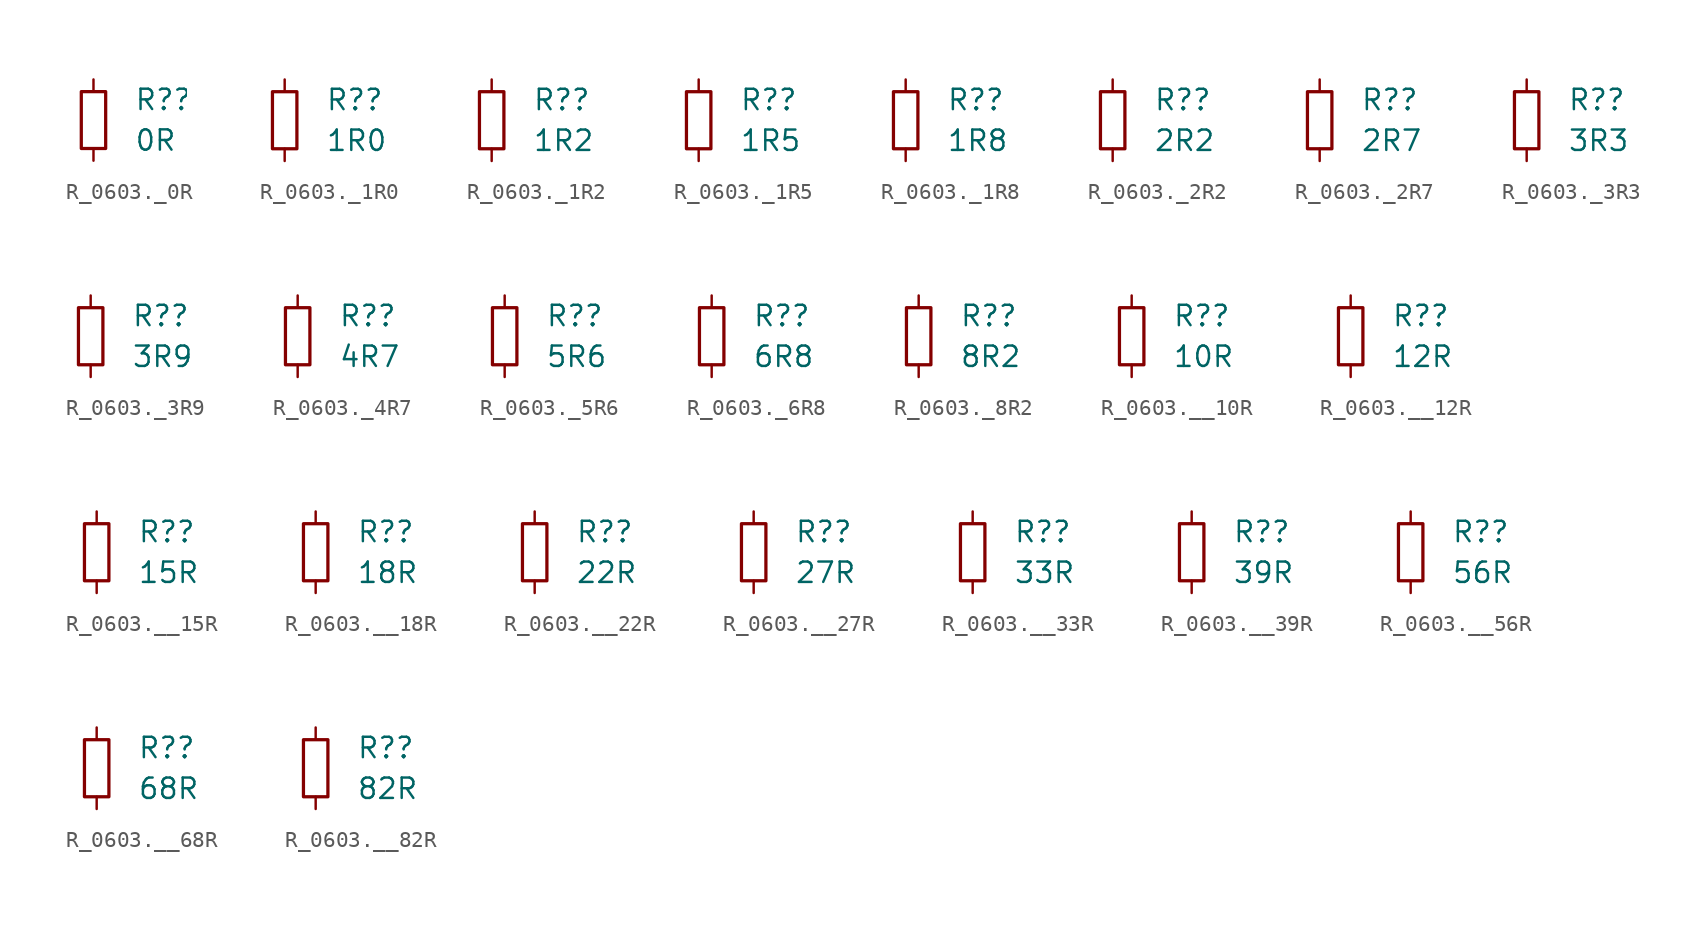
<source format=kicad_sym>
(kicad_symbol_lib
  (version 20231120)
  (generator "kicad_symbol_editor")
  (generator_version "8.0")
  (symbol "R_0603._0R"
    (pin_numbers hide)
    (pin_names
      (offset 0.254) hide)
    (property "Reference" "R?"
      (at 2.54 1.27 0)
      (effects (font (size 1.27 1.27)) (justify left)))
    (property "Value" "0R"
      (at 2.54 -1.27 0)
      (effects (font (size 1.27 1.27)) (justify left)))
    (symbol "R_0603._0R_0_1"
      (rectangle (start -0.762 1.778) (end 0.762 -1.778) (stroke (width 0.203) (type default)) (fill (type none))))
    (symbol "R_0603._0R_1_1"
      (pin passive line (at 0 2.54 270) (length 0.762) (name "~" (effects (font (size 1.27 1.27)))) (number "1" (effects (font (size 1.27 1.27)))))
      (pin passive line (at 0 -2.54 90) (length 0.762) (name "~" (effects (font (size 1.27 1.27)))) (number "2" (effects (font (size 1.27 1.27)))))))
  (symbol "R_0603._1R0"
    (pin_numbers hide)
    (pin_names
      (offset 0.254) hide)
    (property "Reference" "R?"
      (at 2.54 1.27 0)
      (effects (font (size 1.27 1.27)) (justify left)))
    (property "Value" "1R0"
      (at 2.54 -1.27 0)
      (effects (font (size 1.27 1.27)) (justify left)))
    (symbol "R_0603._1R0_0_1"
      (rectangle (start -0.762 1.778) (end 0.762 -1.778) (stroke (width 0.203) (type default)) (fill (type none))))
    (symbol "R_0603._1R0_1_1"
      (pin passive line (at 0 2.54 270) (length 0.762) (name "~" (effects (font (size 1.27 1.27)))) (number "1" (effects (font (size 1.27 1.27)))))
      (pin passive line (at 0 -2.54 90) (length 0.762) (name "~" (effects (font (size 1.27 1.27)))) (number "2" (effects (font (size 1.27 1.27)))))))
  (symbol "R_0603._1R2"
    (pin_numbers hide)
    (pin_names
      (offset 0.254) hide)
    (property "Reference" "R?"
      (at 2.54 1.27 0)
      (effects (font (size 1.27 1.27)) (justify left)))
    (property "Value" "1R2"
      (at 2.54 -1.27 0)
      (effects (font (size 1.27 1.27)) (justify left)))
    (symbol "R_0603._1R2_0_1"
      (rectangle (start -0.762 1.778) (end 0.762 -1.778) (stroke (width 0.203) (type default)) (fill (type none))))
    (symbol "R_0603._1R2_1_1"
      (pin passive line (at 0 2.54 270) (length 0.762) (name "~" (effects (font (size 1.27 1.27)))) (number "1" (effects (font (size 1.27 1.27)))))
      (pin passive line (at 0 -2.54 90) (length 0.762) (name "~" (effects (font (size 1.27 1.27)))) (number "2" (effects (font (size 1.27 1.27)))))))
  (symbol "R_0603._1R5"
    (pin_numbers hide)
    (pin_names
      (offset 0.254) hide)
    (property "Reference" "R?"
      (at 2.54 1.27 0)
      (effects (font (size 1.27 1.27)) (justify left)))
    (property "Value" "1R5"
      (at 2.54 -1.27 0)
      (effects (font (size 1.27 1.27)) (justify left)))
    (symbol "R_0603._1R5_0_1"
      (rectangle (start -0.762 1.778) (end 0.762 -1.778) (stroke (width 0.203) (type default)) (fill (type none))))
    (symbol "R_0603._1R5_1_1"
      (pin passive line (at 0 2.54 270) (length 0.762) (name "~" (effects (font (size 1.27 1.27)))) (number "1" (effects (font (size 1.27 1.27)))))
      (pin passive line (at 0 -2.54 90) (length 0.762) (name "~" (effects (font (size 1.27 1.27)))) (number "2" (effects (font (size 1.27 1.27)))))))
  (symbol "R_0603._1R8"
    (pin_numbers hide)
    (pin_names
      (offset 0.254) hide)
    (property "Reference" "R?"
      (at 2.54 1.27 0)
      (effects (font (size 1.27 1.27)) (justify left)))
    (property "Value" "1R8"
      (at 2.54 -1.27 0)
      (effects (font (size 1.27 1.27)) (justify left)))
    (symbol "R_0603._1R8_0_1"
      (rectangle (start -0.762 1.778) (end 0.762 -1.778) (stroke (width 0.203) (type default)) (fill (type none))))
    (symbol "R_0603._1R8_1_1"
      (pin passive line (at 0 2.54 270) (length 0.762) (name "~" (effects (font (size 1.27 1.27)))) (number "1" (effects (font (size 1.27 1.27)))))
      (pin passive line (at 0 -2.54 90) (length 0.762) (name "~" (effects (font (size 1.27 1.27)))) (number "2" (effects (font (size 1.27 1.27)))))))
  (symbol "R_0603._2R2"
    (pin_numbers hide)
    (pin_names
      (offset 0.254) hide)
    (property "Reference" "R?"
      (at 2.54 1.27 0)
      (effects (font (size 1.27 1.27)) (justify left)))
    (property "Value" "2R2"
      (at 2.54 -1.27 0)
      (effects (font (size 1.27 1.27)) (justify left)))
    (symbol "R_0603._2R2_0_1"
      (rectangle (start -0.762 1.778) (end 0.762 -1.778) (stroke (width 0.203) (type default)) (fill (type none))))
    (symbol "R_0603._2R2_1_1"
      (pin passive line (at 0 2.54 270) (length 0.762) (name "~" (effects (font (size 1.27 1.27)))) (number "1" (effects (font (size 1.27 1.27)))))
      (pin passive line (at 0 -2.54 90) (length 0.762) (name "~" (effects (font (size 1.27 1.27)))) (number "2" (effects (font (size 1.27 1.27)))))))
  (symbol "R_0603._2R7"
    (pin_numbers hide)
    (pin_names
      (offset 0.254) hide)
    (property "Reference" "R?"
      (at 2.54 1.27 0)
      (effects (font (size 1.27 1.27)) (justify left)))
    (property "Value" "2R7"
      (at 2.54 -1.27 0)
      (effects (font (size 1.27 1.27)) (justify left)))
    (symbol "R_0603._2R7_0_1"
      (rectangle (start -0.762 1.778) (end 0.762 -1.778) (stroke (width 0.203) (type default)) (fill (type none))))
    (symbol "R_0603._2R7_1_1"
      (pin passive line (at 0 2.54 270) (length 0.762) (name "~" (effects (font (size 1.27 1.27)))) (number "1" (effects (font (size 1.27 1.27)))))
      (pin passive line (at 0 -2.54 90) (length 0.762) (name "~" (effects (font (size 1.27 1.27)))) (number "2" (effects (font (size 1.27 1.27)))))))
  (symbol "R_0603._3R3"
    (pin_numbers hide)
    (pin_names
      (offset 0.254) hide)
    (property "Reference" "R?"
      (at 2.54 1.27 0)
      (effects (font (size 1.27 1.27)) (justify left)))
    (property "Value" "3R3"
      (at 2.54 -1.27 0)
      (effects (font (size 1.27 1.27)) (justify left)))
    (symbol "R_0603._3R3_0_1"
      (rectangle (start -0.762 1.778) (end 0.762 -1.778) (stroke (width 0.203) (type default)) (fill (type none))))
    (symbol "R_0603._3R3_1_1"
      (pin passive line (at 0 2.54 270) (length 0.762) (name "~" (effects (font (size 1.27 1.27)))) (number "1" (effects (font (size 1.27 1.27)))))
      (pin passive line (at 0 -2.54 90) (length 0.762) (name "~" (effects (font (size 1.27 1.27)))) (number "2" (effects (font (size 1.27 1.27)))))))
  (symbol "R_0603._3R9"
    (pin_numbers hide)
    (pin_names
      (offset 0.254) hide)
    (property "Reference" "R?"
      (at 2.54 1.27 0)
      (effects (font (size 1.27 1.27)) (justify left)))
    (property "Value" "3R9"
      (at 2.54 -1.27 0)
      (effects (font (size 1.27 1.27)) (justify left)))
    (symbol "R_0603._3R9_0_1"
      (rectangle (start -0.762 1.778) (end 0.762 -1.778) (stroke (width 0.203) (type default)) (fill (type none))))
    (symbol "R_0603._3R9_1_1"
      (pin passive line (at 0 2.54 270) (length 0.762) (name "~" (effects (font (size 1.27 1.27)))) (number "1" (effects (font (size 1.27 1.27)))))
      (pin passive line (at 0 -2.54 90) (length 0.762) (name "~" (effects (font (size 1.27 1.27)))) (number "2" (effects (font (size 1.27 1.27)))))))
  (symbol "R_0603._4R7"
    (pin_numbers hide)
    (pin_names
      (offset 0.254) hide)
    (property "Reference" "R?"
      (at 2.54 1.27 0)
      (effects (font (size 1.27 1.27)) (justify left)))
    (property "Value" "4R7"
      (at 2.54 -1.27 0)
      (effects (font (size 1.27 1.27)) (justify left)))
    (symbol "R_0603._4R7_0_1"
      (rectangle (start -0.762 1.778) (end 0.762 -1.778) (stroke (width 0.203) (type default)) (fill (type none))))
    (symbol "R_0603._4R7_1_1"
      (pin passive line (at 0 2.54 270) (length 0.762) (name "~" (effects (font (size 1.27 1.27)))) (number "1" (effects (font (size 1.27 1.27)))))
      (pin passive line (at 0 -2.54 90) (length 0.762) (name "~" (effects (font (size 1.27 1.27)))) (number "2" (effects (font (size 1.27 1.27)))))))
  (symbol "R_0603._5R6"
    (pin_numbers hide)
    (pin_names
      (offset 0.254) hide)
    (property "Reference" "R?"
      (at 2.54 1.27 0)
      (effects (font (size 1.27 1.27)) (justify left)))
    (property "Value" "5R6"
      (at 2.54 -1.27 0)
      (effects (font (size 1.27 1.27)) (justify left)))
    (symbol "R_0603._5R6_0_1"
      (rectangle (start -0.762 1.778) (end 0.762 -1.778) (stroke (width 0.203) (type default)) (fill (type none))))
    (symbol "R_0603._5R6_1_1"
      (pin passive line (at 0 2.54 270) (length 0.762) (name "~" (effects (font (size 1.27 1.27)))) (number "1" (effects (font (size 1.27 1.27)))))
      (pin passive line (at 0 -2.54 90) (length 0.762) (name "~" (effects (font (size 1.27 1.27)))) (number "2" (effects (font (size 1.27 1.27)))))))
  (symbol "R_0603._6R8"
    (pin_numbers hide)
    (pin_names
      (offset 0.254) hide)
    (property "Reference" "R?"
      (at 2.54 1.27 0)
      (effects (font (size 1.27 1.27)) (justify left)))
    (property "Value" "6R8"
      (at 2.54 -1.27 0)
      (effects (font (size 1.27 1.27)) (justify left)))
    (symbol "R_0603._6R8_0_1"
      (rectangle (start -0.762 1.778) (end 0.762 -1.778) (stroke (width 0.203) (type default)) (fill (type none))))
    (symbol "R_0603._6R8_1_1"
      (pin passive line (at 0 2.54 270) (length 0.762) (name "~" (effects (font (size 1.27 1.27)))) (number "1" (effects (font (size 1.27 1.27)))))
      (pin passive line (at 0 -2.54 90) (length 0.762) (name "~" (effects (font (size 1.27 1.27)))) (number "2" (effects (font (size 1.27 1.27)))))))
  (symbol "R_0603._8R2"
    (pin_numbers hide)
    (pin_names
      (offset 0.254) hide)
    (property "Reference" "R?"
      (at 2.54 1.27 0)
      (effects (font (size 1.27 1.27)) (justify left)))
    (property "Value" "8R2"
      (at 2.54 -1.27 0)
      (effects (font (size 1.27 1.27)) (justify left)))
    (symbol "R_0603._8R2_0_1"
      (rectangle (start -0.762 1.778) (end 0.762 -1.778) (stroke (width 0.203) (type default)) (fill (type none))))
    (symbol "R_0603._8R2_1_1"
      (pin passive line (at 0 2.54 270) (length 0.762) (name "~" (effects (font (size 1.27 1.27)))) (number "1" (effects (font (size 1.27 1.27)))))
      (pin passive line (at 0 -2.54 90) (length 0.762) (name "~" (effects (font (size 1.27 1.27)))) (number "2" (effects (font (size 1.27 1.27)))))))
  (symbol "R_0603.__10R"
    (pin_numbers hide)
    (pin_names
      (offset 0.254) hide)
    (property "Reference" "R?"
      (at 2.54 1.27 0)
      (effects (font (size 1.27 1.27)) (justify left)))
    (property "Value" "10R"
      (at 2.54 -1.27 0)
      (effects (font (size 1.27 1.27)) (justify left)))
    (symbol "R_0603.__10R_0_1"
      (rectangle (start -0.762 1.778) (end 0.762 -1.778) (stroke (width 0.203) (type default)) (fill (type none))))
    (symbol "R_0603.__10R_1_1"
      (pin passive line (at 0 2.54 270) (length 0.762) (name "~" (effects (font (size 1.27 1.27)))) (number "1" (effects (font (size 1.27 1.27)))))
      (pin passive line (at 0 -2.54 90) (length 0.762) (name "~" (effects (font (size 1.27 1.27)))) (number "2" (effects (font (size 1.27 1.27)))))))
  (symbol "R_0603.__12R"
    (pin_numbers hide)
    (pin_names
      (offset 0.254) hide)
    (property "Reference" "R?"
      (at 2.54 1.27 0)
      (effects (font (size 1.27 1.27)) (justify left)))
    (property "Value" "12R"
      (at 2.54 -1.27 0)
      (effects (font (size 1.27 1.27)) (justify left)))
    (symbol "R_0603.__12R_0_1"
      (rectangle (start -0.762 1.778) (end 0.762 -1.778) (stroke (width 0.203) (type default)) (fill (type none))))
    (symbol "R_0603.__12R_1_1"
      (pin passive line (at 0 2.54 270) (length 0.762) (name "~" (effects (font (size 1.27 1.27)))) (number "1" (effects (font (size 1.27 1.27)))))
      (pin passive line (at 0 -2.54 90) (length 0.762) (name "~" (effects (font (size 1.27 1.27)))) (number "2" (effects (font (size 1.27 1.27)))))))
  (symbol "R_0603.__15R"
    (pin_numbers hide)
    (pin_names
      (offset 0.254) hide)
    (property "Reference" "R?"
      (at 2.54 1.27 0)
      (effects (font (size 1.27 1.27)) (justify left)))
    (property "Value" "15R"
      (at 2.54 -1.27 0)
      (effects (font (size 1.27 1.27)) (justify left)))
    (symbol "R_0603.__15R_0_1"
      (rectangle (start -0.762 1.778) (end 0.762 -1.778) (stroke (width 0.203) (type default)) (fill (type none))))
    (symbol "R_0603.__15R_1_1"
      (pin passive line (at 0 2.54 270) (length 0.762) (name "~" (effects (font (size 1.27 1.27)))) (number "1" (effects (font (size 1.27 1.27)))))
      (pin passive line (at 0 -2.54 90) (length 0.762) (name "~" (effects (font (size 1.27 1.27)))) (number "2" (effects (font (size 1.27 1.27)))))))
  (symbol "R_0603.__18R"
    (pin_numbers hide)
    (pin_names
      (offset 0.254) hide)
    (property "Reference" "R?"
      (at 2.54 1.27 0)
      (effects (font (size 1.27 1.27)) (justify left)))
    (property "Value" "18R"
      (at 2.54 -1.27 0)
      (effects (font (size 1.27 1.27)) (justify left)))
    (symbol "R_0603.__18R_0_1"
      (rectangle (start -0.762 1.778) (end 0.762 -1.778) (stroke (width 0.203) (type default)) (fill (type none))))
    (symbol "R_0603.__18R_1_1"
      (pin passive line (at 0 2.54 270) (length 0.762) (name "~" (effects (font (size 1.27 1.27)))) (number "1" (effects (font (size 1.27 1.27)))))
      (pin passive line (at 0 -2.54 90) (length 0.762) (name "~" (effects (font (size 1.27 1.27)))) (number "2" (effects (font (size 1.27 1.27)))))))
  (symbol "R_0603.__22R"
    (pin_numbers hide)
    (pin_names
      (offset 0.254) hide)
    (property "Reference" "R?"
      (at 2.54 1.27 0)
      (effects (font (size 1.27 1.27)) (justify left)))
    (property "Value" "22R"
      (at 2.54 -1.27 0)
      (effects (font (size 1.27 1.27)) (justify left)))
    (symbol "R_0603.__22R_0_1"
      (rectangle (start -0.762 1.778) (end 0.762 -1.778) (stroke (width 0.203) (type default)) (fill (type none))))
    (symbol "R_0603.__22R_1_1"
      (pin passive line (at 0 2.54 270) (length 0.762) (name "~" (effects (font (size 1.27 1.27)))) (number "1" (effects (font (size 1.27 1.27)))))
      (pin passive line (at 0 -2.54 90) (length 0.762) (name "~" (effects (font (size 1.27 1.27)))) (number "2" (effects (font (size 1.27 1.27)))))))
  (symbol "R_0603.__27R"
    (pin_numbers hide)
    (pin_names
      (offset 0.254) hide)
    (property "Reference" "R?"
      (at 2.54 1.27 0)
      (effects (font (size 1.27 1.27)) (justify left)))
    (property "Value" "27R"
      (at 2.54 -1.27 0)
      (effects (font (size 1.27 1.27)) (justify left)))
    (symbol "R_0603.__27R_0_1"
      (rectangle (start -0.762 1.778) (end 0.762 -1.778) (stroke (width 0.203) (type default)) (fill (type none))))
    (symbol "R_0603.__27R_1_1"
      (pin passive line (at 0 2.54 270) (length 0.762) (name "~" (effects (font (size 1.27 1.27)))) (number "1" (effects (font (size 1.27 1.27)))))
      (pin passive line (at 0 -2.54 90) (length 0.762) (name "~" (effects (font (size 1.27 1.27)))) (number "2" (effects (font (size 1.27 1.27)))))))
  (symbol "R_0603.__33R"
    (pin_numbers hide)
    (pin_names
      (offset 0.254) hide)
    (property "Reference" "R?"
      (at 2.54 1.27 0)
      (effects (font (size 1.27 1.27)) (justify left)))
    (property "Value" "33R"
      (at 2.54 -1.27 0)
      (effects (font (size 1.27 1.27)) (justify left)))
    (symbol "R_0603.__33R_0_1"
      (rectangle (start -0.762 1.778) (end 0.762 -1.778) (stroke (width 0.203) (type default)) (fill (type none))))
    (symbol "R_0603.__33R_1_1"
      (pin passive line (at 0 2.54 270) (length 0.762) (name "~" (effects (font (size 1.27 1.27)))) (number "1" (effects (font (size 1.27 1.27)))))
      (pin passive line (at 0 -2.54 90) (length 0.762) (name "~" (effects (font (size 1.27 1.27)))) (number "2" (effects (font (size 1.27 1.27)))))))
  (symbol "R_0603.__39R"
    (pin_numbers hide)
    (pin_names
      (offset 0.254) hide)
    (property "Reference" "R?"
      (at 2.54 1.27 0)
      (effects (font (size 1.27 1.27)) (justify left)))
    (property "Value" "39R"
      (at 2.54 -1.27 0)
      (effects (font (size 1.27 1.27)) (justify left)))
    (symbol "R_0603.__39R_0_1"
      (rectangle (start -0.762 1.778) (end 0.762 -1.778) (stroke (width 0.203) (type default)) (fill (type none))))
    (symbol "R_0603.__39R_1_1"
      (pin passive line (at 0 2.54 270) (length 0.762) (name "~" (effects (font (size 1.27 1.27)))) (number "1" (effects (font (size 1.27 1.27)))))
      (pin passive line (at 0 -2.54 90) (length 0.762) (name "~" (effects (font (size 1.27 1.27)))) (number "2" (effects (font (size 1.27 1.27)))))))
  (symbol "R_0603.__56R"
    (pin_numbers hide)
    (pin_names
      (offset 0.254) hide)
    (property "Reference" "R?"
      (at 2.54 1.27 0)
      (effects (font (size 1.27 1.27)) (justify left)))
    (property "Value" "56R"
      (at 2.54 -1.27 0)
      (effects (font (size 1.27 1.27)) (justify left)))
    (symbol "R_0603.__56R_0_1"
      (rectangle (start -0.762 1.778) (end 0.762 -1.778) (stroke (width 0.203) (type default)) (fill (type none))))
    (symbol "R_0603.__56R_1_1"
      (pin passive line (at 0 2.54 270) (length 0.762) (name "~" (effects (font (size 1.27 1.27)))) (number "1" (effects (font (size 1.27 1.27)))))
      (pin passive line (at 0 -2.54 90) (length 0.762) (name "~" (effects (font (size 1.27 1.27)))) (number "2" (effects (font (size 1.27 1.27)))))))
  (symbol "R_0603.__68R"
    (pin_numbers hide)
    (pin_names
      (offset 0.254) hide)
    (property "Reference" "R?"
      (at 2.54 1.27 0)
      (effects (font (size 1.27 1.27)) (justify left)))
    (property "Value" "68R"
      (at 2.54 -1.27 0)
      (effects (font (size 1.27 1.27)) (justify left)))
    (symbol "R_0603.__68R_0_1"
      (rectangle (start -0.762 1.778) (end 0.762 -1.778) (stroke (width 0.203) (type default)) (fill (type none))))
    (symbol "R_0603.__68R_1_1"
      (pin passive line (at 0 2.54 270) (length 0.762) (name "~" (effects (font (size 1.27 1.27)))) (number "1" (effects (font (size 1.27 1.27)))))
      (pin passive line (at 0 -2.54 90) (length 0.762) (name "~" (effects (font (size 1.27 1.27)))) (number "2" (effects (font (size 1.27 1.27)))))))
  (symbol "R_0603.__82R"
    (pin_numbers hide)
    (pin_names
      (offset 0.254) hide)
    (property "Reference" "R?"
      (at 2.54 1.27 0)
      (effects (font (size 1.27 1.27)) (justify left)))
    (property "Value" "82R"
      (at 2.54 -1.27 0)
      (effects (font (size 1.27 1.27)) (justify left)))
    (symbol "R_0603.__82R_0_1"
      (rectangle (start -0.762 1.778) (end 0.762 -1.778) (stroke (width 0.203) (type default)) (fill (type none))))
    (symbol "R_0603.__82R_1_1"
      (pin passive line (at 0 2.54 270) (length 0.762) (name "~" (effects (font (size 1.27 1.27)))) (number "1" (effects (font (size 1.27 1.27)))))
      (pin passive line (at 0 -2.54 90) (length 0.762) (name "~" (effects (font (size 1.27 1.27)))) (number "2" (effects (font (size 1.27 1.27))))))))
</source>
